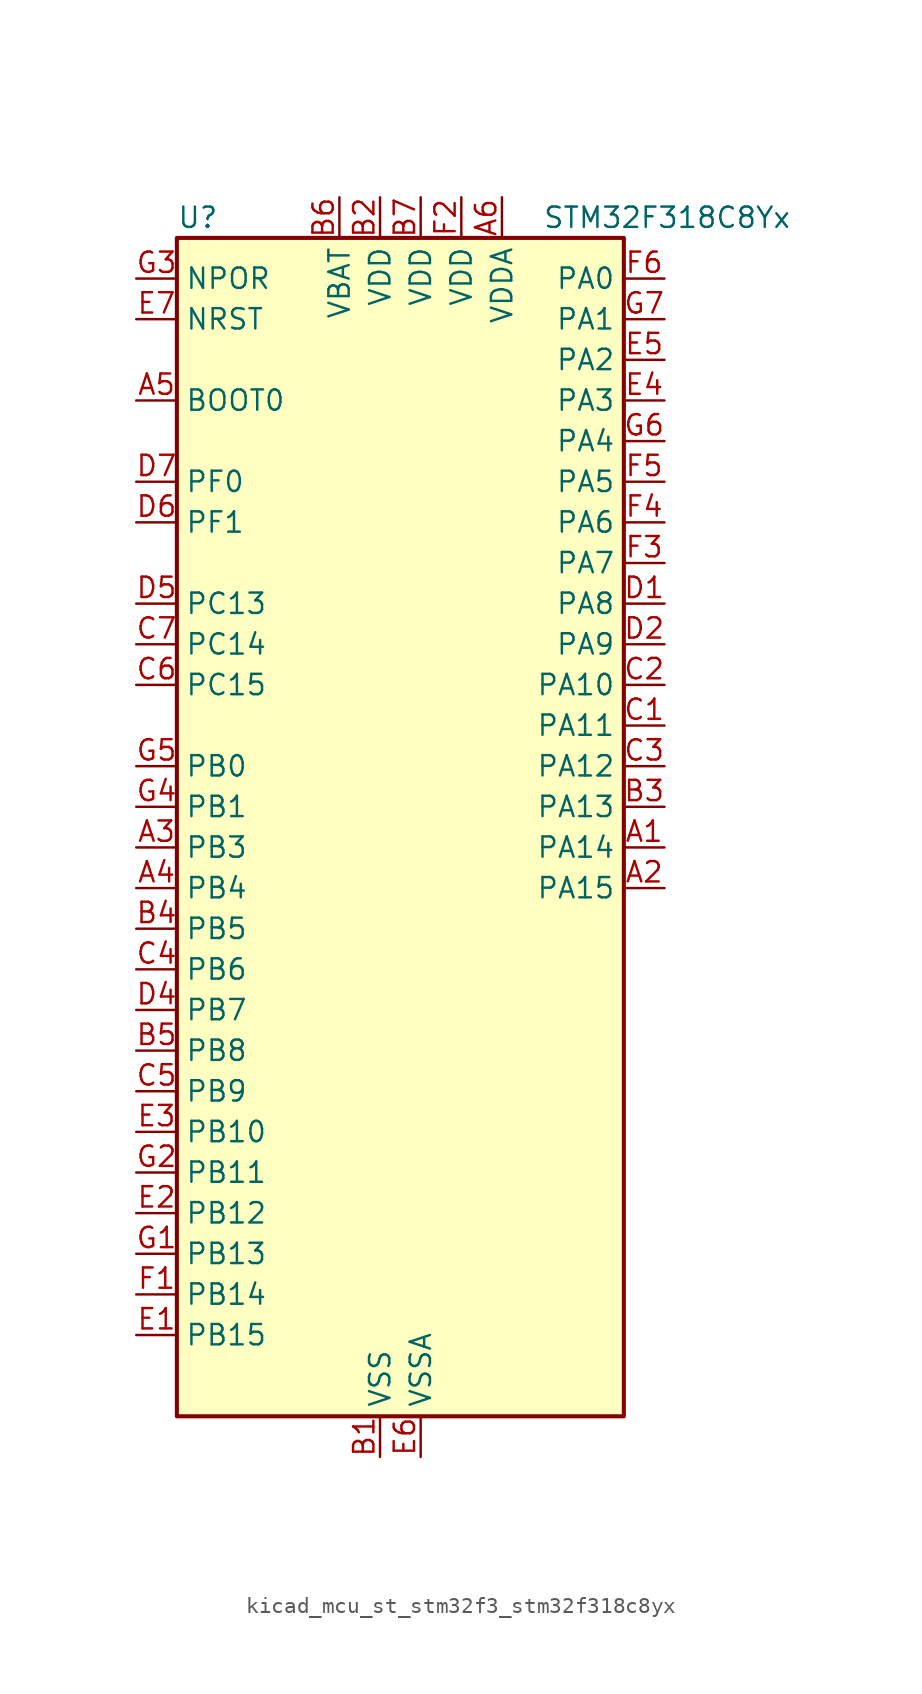
<source format=kicad_sym>
(kicad_symbol_lib
  (version 20220914)
  (generator kicad_symbol_editor)
  (symbol "kicad_mcu_st_stm32f3_stm32f318c8yx"
    (property "Reference" "U"
      (at -12.7 39.37 0)
      (effects (font (size 1.27 1.27)) (justify left)))
    (property "Value" "STM32F318C8Yx"
      (at 10.16 39.37 0)
      (effects (font (size 1.27 1.27)) (justify left)))
    (property "ki_locked" ""
      (at 0 0 0)
      (effects (font (size 1.27 1.27))))
    (symbol "kicad_mcu_st_stm32f3_stm32f318c8yx_0_1"
      (rectangle (start -12.7 -35.56) (end 15.24 38.1) (stroke (width 0.254) (type default)) (fill (type background))))
    (symbol "kicad_mcu_st_stm32f3_stm32f318c8yx_1_1"
      (pin bidirectional line (at 17.78 0 180) (length 2.54) (name "PA14" (effects (font (size 1.27 1.27)))) (number "A1" (effects (font (size 1.27 1.27)))) (alternate "I2C1_SDA" bidirectional line) (alternate "SYS_JTCK-SWCLK" bidirectional line) (alternate "TIM1_BKIN" bidirectional line) (alternate "TSC_G4_IO4" bidirectional line) (alternate "USART2_TX" bidirectional line))
      (pin bidirectional line (at 17.78 -2.54 180) (length 2.54) (name "PA15" (effects (font (size 1.27 1.27)))) (number "A2" (effects (font (size 1.27 1.27)))) (alternate "ADC1_EXTI15" bidirectional line) (alternate "I2C1_SCL" bidirectional line) (alternate "I2S3_WS" bidirectional line) (alternate "SPI3_NSS" bidirectional line) (alternate "SYS_JTDI" bidirectional line) (alternate "TIM1_BKIN" bidirectional line) (alternate "TIM2_CH1" bidirectional line) (alternate "TIM2_ETR" bidirectional line) (alternate "TSC_SYNC" bidirectional line) (alternate "USART2_RX" bidirectional line))
      (pin bidirectional line (at -15.24 0 0) (length 2.54) (name "PB3" (effects (font (size 1.27 1.27)))) (number "A3" (effects (font (size 1.27 1.27)))) (alternate "I2S3_CK" bidirectional line) (alternate "SPI3_SCK" bidirectional line) (alternate "SYS_JTDO-TRACESWO" bidirectional line) (alternate "TIM2_CH2" bidirectional line) (alternate "TSC_G5_IO1" bidirectional line) (alternate "USART2_TX" bidirectional line))
      (pin bidirectional line (at -15.24 -2.54 0) (length 2.54) (name "PB4" (effects (font (size 1.27 1.27)))) (number "A4" (effects (font (size 1.27 1.27)))) (alternate "I2S3_ext_SD" bidirectional line) (alternate "SPI3_MISO" bidirectional line) (alternate "SYS_NJTRST" bidirectional line) (alternate "TIM16_CH1" bidirectional line) (alternate "TIM17_BKIN" bidirectional line) (alternate "TSC_G5_IO2" bidirectional line) (alternate "USART2_RX" bidirectional line))
      (pin input line (at -15.24 27.94 0) (length 2.54) (name "BOOT0" (effects (font (size 1.27 1.27)))) (number "A5" (effects (font (size 1.27 1.27)))))
      (pin power_in line (at 7.62 40.64 270) (length 2.54) (name "VDDA" (effects (font (size 1.27 1.27)))) (number "A6" (effects (font (size 1.27 1.27)))))
      (pin no_connect line (at -12.7 -35.56 0) (length 2.54) hide (name "NC" (effects (font (size 1.27 1.27)))) (number "A7" (effects (font (size 1.27 1.27)))))
      (pin power_in line (at 0 -38.1 90) (length 2.54) (name "VSS" (effects (font (size 1.27 1.27)))) (number "B1" (effects (font (size 1.27 1.27)))))
      (pin power_in line (at 0 40.64 270) (length 2.54) (name "VDD" (effects (font (size 1.27 1.27)))) (number "B2" (effects (font (size 1.27 1.27)))))
      (pin bidirectional line (at 17.78 2.54 180) (length 2.54) (name "PA13" (effects (font (size 1.27 1.27)))) (number "B3" (effects (font (size 1.27 1.27)))) (alternate "IR_OUT" bidirectional line) (alternate "SYS_JTMS-SWDIO" bidirectional line) (alternate "TIM16_CH1N" bidirectional line) (alternate "TSC_G4_IO3" bidirectional line) (alternate "USART3_CTS" bidirectional line))
      (pin bidirectional line (at -15.24 -5.08 0) (length 2.54) (name "PB5" (effects (font (size 1.27 1.27)))) (number "B4" (effects (font (size 1.27 1.27)))) (alternate "I2C1_SMBA" bidirectional line) (alternate "I2C3_SDA" bidirectional line) (alternate "I2S3_SD" bidirectional line) (alternate "SPI3_MOSI" bidirectional line) (alternate "TIM16_BKIN" bidirectional line) (alternate "TIM17_CH1" bidirectional line) (alternate "USART2_CK" bidirectional line))
      (pin bidirectional line (at -15.24 -12.7 0) (length 2.54) (name "PB8" (effects (font (size 1.27 1.27)))) (number "B5" (effects (font (size 1.27 1.27)))) (alternate "I2C1_SCL" bidirectional line) (alternate "TIM16_CH1" bidirectional line) (alternate "TIM1_BKIN" bidirectional line) (alternate "TSC_SYNC" bidirectional line) (alternate "USART3_RX" bidirectional line))
      (pin power_in line (at -2.54 40.64 270) (length 2.54) (name "VBAT" (effects (font (size 1.27 1.27)))) (number "B6" (effects (font (size 1.27 1.27)))))
      (pin power_in line (at 2.54 40.64 270) (length 2.54) (name "VDD" (effects (font (size 1.27 1.27)))) (number "B7" (effects (font (size 1.27 1.27)))))
      (pin bidirectional line (at 17.78 7.62 180) (length 2.54) (name "PA11" (effects (font (size 1.27 1.27)))) (number "C1" (effects (font (size 1.27 1.27)))) (alternate "ADC1_EXTI11" bidirectional line) (alternate "I2S2_SD" bidirectional line) (alternate "SPI2_MOSI" bidirectional line) (alternate "TIM1_BKIN2" bidirectional line) (alternate "TIM1_CH1N" bidirectional line) (alternate "TIM1_CH4" bidirectional line) (alternate "USART1_CTS" bidirectional line))
      (pin bidirectional line (at 17.78 10.16 180) (length 2.54) (name "PA10" (effects (font (size 1.27 1.27)))) (number "C2" (effects (font (size 1.27 1.27)))) (alternate "COMP6_OUT" bidirectional line) (alternate "I2C2_SDA" bidirectional line) (alternate "I2S2_ext_SD" bidirectional line) (alternate "SPI2_MISO" bidirectional line) (alternate "TIM17_BKIN" bidirectional line) (alternate "TIM1_CH3" bidirectional line) (alternate "TIM2_CH4" bidirectional line) (alternate "TSC_G4_IO2" bidirectional line) (alternate "USART1_RX" bidirectional line))
      (pin bidirectional line (at 17.78 5.08 180) (length 2.54) (name "PA12" (effects (font (size 1.27 1.27)))) (number "C3" (effects (font (size 1.27 1.27)))) (alternate "COMP2_OUT" bidirectional line) (alternate "I2S_CKIN" bidirectional line) (alternate "TIM16_CH1" bidirectional line) (alternate "TIM1_CH2N" bidirectional line) (alternate "TIM1_ETR" bidirectional line) (alternate "USART1_DE" bidirectional line) (alternate "USART1_RTS" bidirectional line))
      (pin bidirectional line (at -15.24 -7.62 0) (length 2.54) (name "PB6" (effects (font (size 1.27 1.27)))) (number "C4" (effects (font (size 1.27 1.27)))) (alternate "I2C1_SCL" bidirectional line) (alternate "TIM16_CH1N" bidirectional line) (alternate "TSC_G5_IO3" bidirectional line) (alternate "USART1_TX" bidirectional line))
      (pin bidirectional line (at -15.24 -15.24 0) (length 2.54) (name "PB9" (effects (font (size 1.27 1.27)))) (number "C5" (effects (font (size 1.27 1.27)))) (alternate "COMP2_OUT" bidirectional line) (alternate "DAC_EXTI9" bidirectional line) (alternate "I2C1_SDA" bidirectional line) (alternate "IR_OUT" bidirectional line) (alternate "TIM17_CH1" bidirectional line) (alternate "USART3_TX" bidirectional line))
      (pin bidirectional line (at -15.24 10.16 0) (length 2.54) (name "PC15" (effects (font (size 1.27 1.27)))) (number "C6" (effects (font (size 1.27 1.27)))) (alternate "ADC1_EXTI15" bidirectional line) (alternate "RCC_OSC32_OUT" bidirectional line))
      (pin bidirectional line (at -15.24 12.7 0) (length 2.54) (name "PC14" (effects (font (size 1.27 1.27)))) (number "C7" (effects (font (size 1.27 1.27)))) (alternate "RCC_OSC32_IN" bidirectional line))
      (pin bidirectional line (at 17.78 15.24 180) (length 2.54) (name "PA8" (effects (font (size 1.27 1.27)))) (number "D1" (effects (font (size 1.27 1.27)))) (alternate "I2C2_SMBA" bidirectional line) (alternate "I2C3_SCL" bidirectional line) (alternate "I2S2_MCK" bidirectional line) (alternate "RCC_MCO" bidirectional line) (alternate "TIM1_CH1" bidirectional line) (alternate "USART1_CK" bidirectional line))
      (pin bidirectional line (at 17.78 12.7 180) (length 2.54) (name "PA9" (effects (font (size 1.27 1.27)))) (number "D2" (effects (font (size 1.27 1.27)))) (alternate "DAC_EXTI9" bidirectional line) (alternate "I2C2_SCL" bidirectional line) (alternate "I2C3_SMBA" bidirectional line) (alternate "I2S3_MCK" bidirectional line) (alternate "TIM15_BKIN" bidirectional line) (alternate "TIM1_CH2" bidirectional line) (alternate "TIM2_CH3" bidirectional line) (alternate "TSC_G4_IO1" bidirectional line) (alternate "USART1_TX" bidirectional line))
      (pin passive line (at 0 -38.1 90) (length 2.54) hide (name "VSS" (effects (font (size 1.27 1.27)))) (number "D3" (effects (font (size 1.27 1.27)))))
      (pin bidirectional line (at -15.24 -10.16 0) (length 2.54) (name "PB7" (effects (font (size 1.27 1.27)))) (number "D4" (effects (font (size 1.27 1.27)))) (alternate "I2C1_SDA" bidirectional line) (alternate "TIM17_CH1N" bidirectional line) (alternate "TSC_G5_IO4" bidirectional line) (alternate "USART1_RX" bidirectional line))
      (pin bidirectional line (at -15.24 15.24 0) (length 2.54) (name "PC13" (effects (font (size 1.27 1.27)))) (number "D5" (effects (font (size 1.27 1.27)))) (alternate "RTC_OUT_ALARM" bidirectional line) (alternate "RTC_OUT_CALIB" bidirectional line) (alternate "RTC_TAMP1" bidirectional line) (alternate "RTC_TS" bidirectional line) (alternate "SYS_WKUP2" bidirectional line) (alternate "TIM1_CH1N" bidirectional line))
      (pin bidirectional line (at -15.24 20.32 0) (length 2.54) (name "PF1" (effects (font (size 1.27 1.27)))) (number "D6" (effects (font (size 1.27 1.27)))) (alternate "I2C2_SCL" bidirectional line) (alternate "I2S2_CK" bidirectional line) (alternate "RCC_OSC_OUT" bidirectional line) (alternate "SPI2_SCK" bidirectional line))
      (pin bidirectional line (at -15.24 22.86 0) (length 2.54) (name "PF0" (effects (font (size 1.27 1.27)))) (number "D7" (effects (font (size 1.27 1.27)))) (alternate "I2C2_SDA" bidirectional line) (alternate "I2S2_WS" bidirectional line) (alternate "RCC_OSC_IN" bidirectional line) (alternate "SPI2_NSS" bidirectional line) (alternate "TIM1_CH3N" bidirectional line))
      (pin bidirectional line (at -15.24 -30.48 0) (length 2.54) (name "PB15" (effects (font (size 1.27 1.27)))) (number "E1" (effects (font (size 1.27 1.27)))) (alternate "ADC1_EXTI15" bidirectional line) (alternate "COMP6_INM" bidirectional line) (alternate "I2S2_SD" bidirectional line) (alternate "RTC_REFIN" bidirectional line) (alternate "SPI2_MOSI" bidirectional line) (alternate "TIM15_CH1N" bidirectional line) (alternate "TIM15_CH2" bidirectional line) (alternate "TIM1_CH3N" bidirectional line))
      (pin bidirectional line (at -15.24 -22.86 0) (length 2.54) (name "PB12" (effects (font (size 1.27 1.27)))) (number "E2" (effects (font (size 1.27 1.27)))) (alternate "I2C2_SMBA" bidirectional line) (alternate "I2S2_WS" bidirectional line) (alternate "SPI2_NSS" bidirectional line) (alternate "TIM1_BKIN" bidirectional line) (alternate "TSC_G6_IO2" bidirectional line) (alternate "USART3_CK" bidirectional line))
      (pin bidirectional line (at -15.24 -17.78 0) (length 2.54) (name "PB10" (effects (font (size 1.27 1.27)))) (number "E3" (effects (font (size 1.27 1.27)))) (alternate "TIM2_CH3" bidirectional line) (alternate "TSC_SYNC" bidirectional line) (alternate "USART3_TX" bidirectional line))
      (pin bidirectional line (at 17.78 27.94 180) (length 2.54) (name "PA3" (effects (font (size 1.27 1.27)))) (number "E4" (effects (font (size 1.27 1.27)))) (alternate "ADC1_IN4" bidirectional line) (alternate "TIM15_CH2" bidirectional line) (alternate "TIM2_CH4" bidirectional line) (alternate "TSC_G1_IO4" bidirectional line) (alternate "USART2_RX" bidirectional line))
      (pin bidirectional line (at 17.78 30.48 180) (length 2.54) (name "PA2" (effects (font (size 1.27 1.27)))) (number "E5" (effects (font (size 1.27 1.27)))) (alternate "ADC1_IN3" bidirectional line) (alternate "COMP2_INM" bidirectional line) (alternate "COMP2_OUT" bidirectional line) (alternate "TIM15_CH1" bidirectional line) (alternate "TIM2_CH3" bidirectional line) (alternate "TSC_G1_IO3" bidirectional line) (alternate "USART2_TX" bidirectional line))
      (pin power_in line (at 2.54 -38.1 90) (length 2.54) (name "VSSA" (effects (font (size 1.27 1.27)))) (number "E6" (effects (font (size 1.27 1.27)))))
      (pin input line (at -15.24 33.02 0) (length 2.54) (name "NRST" (effects (font (size 1.27 1.27)))) (number "E7" (effects (font (size 1.27 1.27)))))
      (pin bidirectional line (at -15.24 -27.94 0) (length 2.54) (name "PB14" (effects (font (size 1.27 1.27)))) (number "F1" (effects (font (size 1.27 1.27)))) (alternate "I2S2_ext_SD" bidirectional line) (alternate "OPAMP2_VINP" bidirectional line) (alternate "OPAMP2_VINP_SEC" bidirectional line) (alternate "SPI2_MISO" bidirectional line) (alternate "TIM15_CH1" bidirectional line) (alternate "TIM1_CH2N" bidirectional line) (alternate "TSC_G6_IO4" bidirectional line) (alternate "USART3_DE" bidirectional line) (alternate "USART3_RTS" bidirectional line))
      (pin power_in line (at 5.08 40.64 270) (length 2.54) (name "VDD" (effects (font (size 1.27 1.27)))) (number "F2" (effects (font (size 1.27 1.27)))))
      (pin bidirectional line (at 17.78 17.78 180) (length 2.54) (name "PA7" (effects (font (size 1.27 1.27)))) (number "F3" (effects (font (size 1.27 1.27)))) (alternate "ADC1_IN15" bidirectional line) (alternate "COMP2_INP" bidirectional line) (alternate "OPAMP2_VINP" bidirectional line) (alternate "OPAMP2_VINP_SEC" bidirectional line) (alternate "TIM17_CH1" bidirectional line) (alternate "TIM1_CH1N" bidirectional line) (alternate "TSC_G2_IO4" bidirectional line))
      (pin bidirectional line (at 17.78 20.32 180) (length 2.54) (name "PA6" (effects (font (size 1.27 1.27)))) (number "F4" (effects (font (size 1.27 1.27)))) (alternate "ADC1_IN10" bidirectional line) (alternate "OPAMP2_VOUT" bidirectional line) (alternate "TIM16_CH1" bidirectional line) (alternate "TIM1_BKIN" bidirectional line) (alternate "TSC_G2_IO3" bidirectional line))
      (pin bidirectional line (at 17.78 22.86 180) (length 2.54) (name "PA5" (effects (font (size 1.27 1.27)))) (number "F5" (effects (font (size 1.27 1.27)))) (alternate "OPAMP2_VINM" bidirectional line) (alternate "OPAMP2_VINM_SEC" bidirectional line) (alternate "TIM2_CH1" bidirectional line) (alternate "TIM2_ETR" bidirectional line) (alternate "TSC_G2_IO2" bidirectional line))
      (pin bidirectional line (at 17.78 35.56 180) (length 2.54) (name "PA0" (effects (font (size 1.27 1.27)))) (number "F6" (effects (font (size 1.27 1.27)))) (alternate "ADC1_IN1" bidirectional line) (alternate "RTC_TAMP2" bidirectional line) (alternate "SYS_WKUP1" bidirectional line) (alternate "TIM2_CH1" bidirectional line) (alternate "TIM2_ETR" bidirectional line) (alternate "TSC_G1_IO1" bidirectional line) (alternate "USART2_CTS" bidirectional line))
      (pin passive line (at 0 -38.1 90) (length 2.54) hide (name "VSS" (effects (font (size 1.27 1.27)))) (number "F7" (effects (font (size 1.27 1.27)))))
      (pin bidirectional line (at -15.24 -25.4 0) (length 2.54) (name "PB13" (effects (font (size 1.27 1.27)))) (number "G1" (effects (font (size 1.27 1.27)))) (alternate "ADC1_IN13" bidirectional line) (alternate "I2S2_CK" bidirectional line) (alternate "SPI2_SCK" bidirectional line) (alternate "TIM1_CH1N" bidirectional line) (alternate "TSC_G6_IO3" bidirectional line) (alternate "USART3_CTS" bidirectional line))
      (pin bidirectional line (at -15.24 -20.32 0) (length 2.54) (name "PB11" (effects (font (size 1.27 1.27)))) (number "G2" (effects (font (size 1.27 1.27)))) (alternate "ADC1_EXTI11" bidirectional line) (alternate "ADC1_IN14" bidirectional line) (alternate "COMP6_INP" bidirectional line) (alternate "TIM2_CH4" bidirectional line) (alternate "TSC_G6_IO1" bidirectional line) (alternate "USART3_RX" bidirectional line))
      (pin input line (at -15.24 35.56 0) (length 2.54) (name "NPOR" (effects (font (size 1.27 1.27)))) (number "G3" (effects (font (size 1.27 1.27)))))
      (pin bidirectional line (at -15.24 2.54 0) (length 2.54) (name "PB1" (effects (font (size 1.27 1.27)))) (number "G4" (effects (font (size 1.27 1.27)))) (alternate "ADC1_IN12" bidirectional line) (alternate "COMP4_OUT" bidirectional line) (alternate "TIM1_CH3N" bidirectional line) (alternate "TSC_G3_IO3" bidirectional line))
      (pin bidirectional line (at -15.24 5.08 0) (length 2.54) (name "PB0" (effects (font (size 1.27 1.27)))) (number "G5" (effects (font (size 1.27 1.27)))) (alternate "ADC1_IN11" bidirectional line) (alternate "COMP4_INP" bidirectional line) (alternate "OPAMP2_VINP" bidirectional line) (alternate "OPAMP2_VINP_SEC" bidirectional line) (alternate "TIM1_CH2N" bidirectional line) (alternate "TSC_G3_IO2" bidirectional line))
      (pin bidirectional line (at 17.78 25.4 180) (length 2.54) (name "PA4" (effects (font (size 1.27 1.27)))) (number "G6" (effects (font (size 1.27 1.27)))) (alternate "ADC1_IN5" bidirectional line) (alternate "COMP2_INM" bidirectional line) (alternate "COMP4_INM" bidirectional line) (alternate "COMP6_INM" bidirectional line) (alternate "DAC_OUT1" bidirectional line) (alternate "I2S3_WS" bidirectional line) (alternate "SPI3_NSS" bidirectional line) (alternate "TSC_G2_IO1" bidirectional line) (alternate "USART2_CK" bidirectional line))
      (pin bidirectional line (at 17.78 33.02 180) (length 2.54) (name "PA1" (effects (font (size 1.27 1.27)))) (number "G7" (effects (font (size 1.27 1.27)))) (alternate "ADC1_IN2" bidirectional line) (alternate "RTC_REFIN" bidirectional line) (alternate "TIM15_CH1N" bidirectional line) (alternate "TIM2_CH2" bidirectional line) (alternate "TSC_G1_IO2" bidirectional line) (alternate "USART2_DE" bidirectional line) (alternate "USART2_RTS" bidirectional line)))))
</source>
